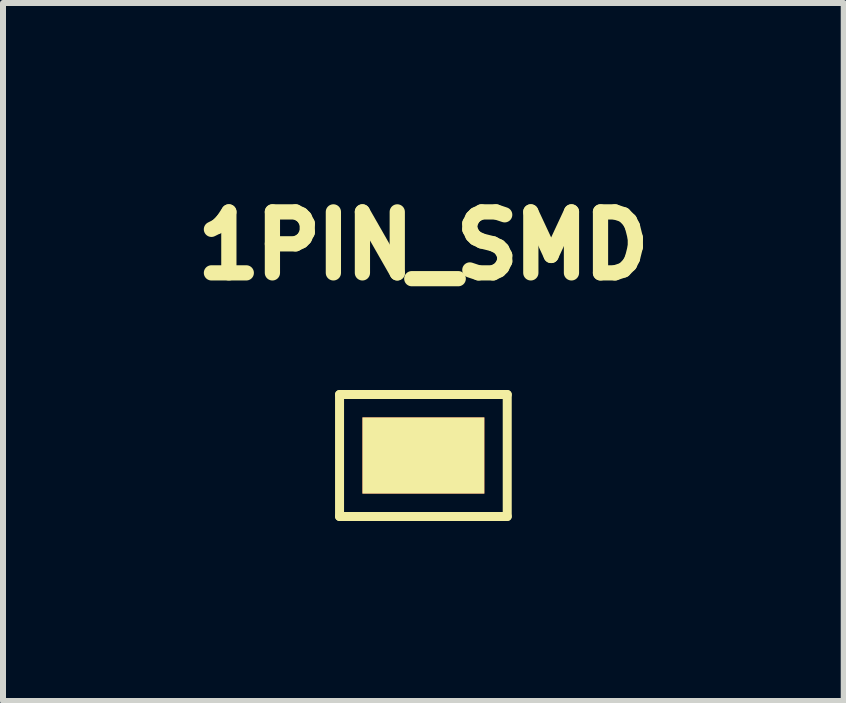
<source format=kicad_pcb>
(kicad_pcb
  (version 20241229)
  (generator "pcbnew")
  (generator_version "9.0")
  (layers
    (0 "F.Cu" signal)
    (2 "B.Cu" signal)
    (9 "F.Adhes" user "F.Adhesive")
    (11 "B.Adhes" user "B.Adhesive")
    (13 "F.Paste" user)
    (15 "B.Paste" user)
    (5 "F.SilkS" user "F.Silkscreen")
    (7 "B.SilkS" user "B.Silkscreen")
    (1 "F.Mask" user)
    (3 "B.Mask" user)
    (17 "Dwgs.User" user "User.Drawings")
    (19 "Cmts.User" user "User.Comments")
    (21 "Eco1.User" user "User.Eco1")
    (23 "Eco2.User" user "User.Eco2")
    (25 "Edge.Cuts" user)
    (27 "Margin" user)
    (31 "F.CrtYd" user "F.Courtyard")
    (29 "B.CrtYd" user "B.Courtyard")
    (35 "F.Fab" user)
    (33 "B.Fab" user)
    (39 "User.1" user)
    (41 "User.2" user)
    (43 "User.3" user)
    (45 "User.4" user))
  (footprint "1PIN_SMD"
    (layer "F.Cu")
    (at 4.005 4.54)
    (property "Reference" "1PIN_SMD" (at 0 -3.5 0) (layer "F.SilkS") (effects (font (size 1.016 1.016) (thickness 0.254))))
    (attr through_hole)
    (fp_line (start -1.397 -1.016) (end 1.397 -1.016) (stroke (width 0.15) (type solid)) (layer "F.SilkS"))
    (fp_line (start -1.397 1.016) (end -1.397 -1.016) (stroke (width 0.15) (type solid)) (layer "F.SilkS"))
    (fp_line (start 1.397 -1.016) (end 1.397 1.016) (stroke (width 0.15) (type solid)) (layer "F.SilkS"))
    (fp_line (start 1.397 1.016) (end -1.397 1.016) (stroke (width 0.15) (type solid)) (layer "F.SilkS"))
    (pad "1" smd rect (at 0 0) (size 2.032 1.27) (layers "F.Cu" "F.Mask" "F.SilkS" "F.Paste")))
  (gr_rect
    (start -3 -3)
    (end 11.009 8.631)
    (stroke (width 0.1) (type default))
    (fill no)
    (layer "Edge.Cuts")))
</source>
